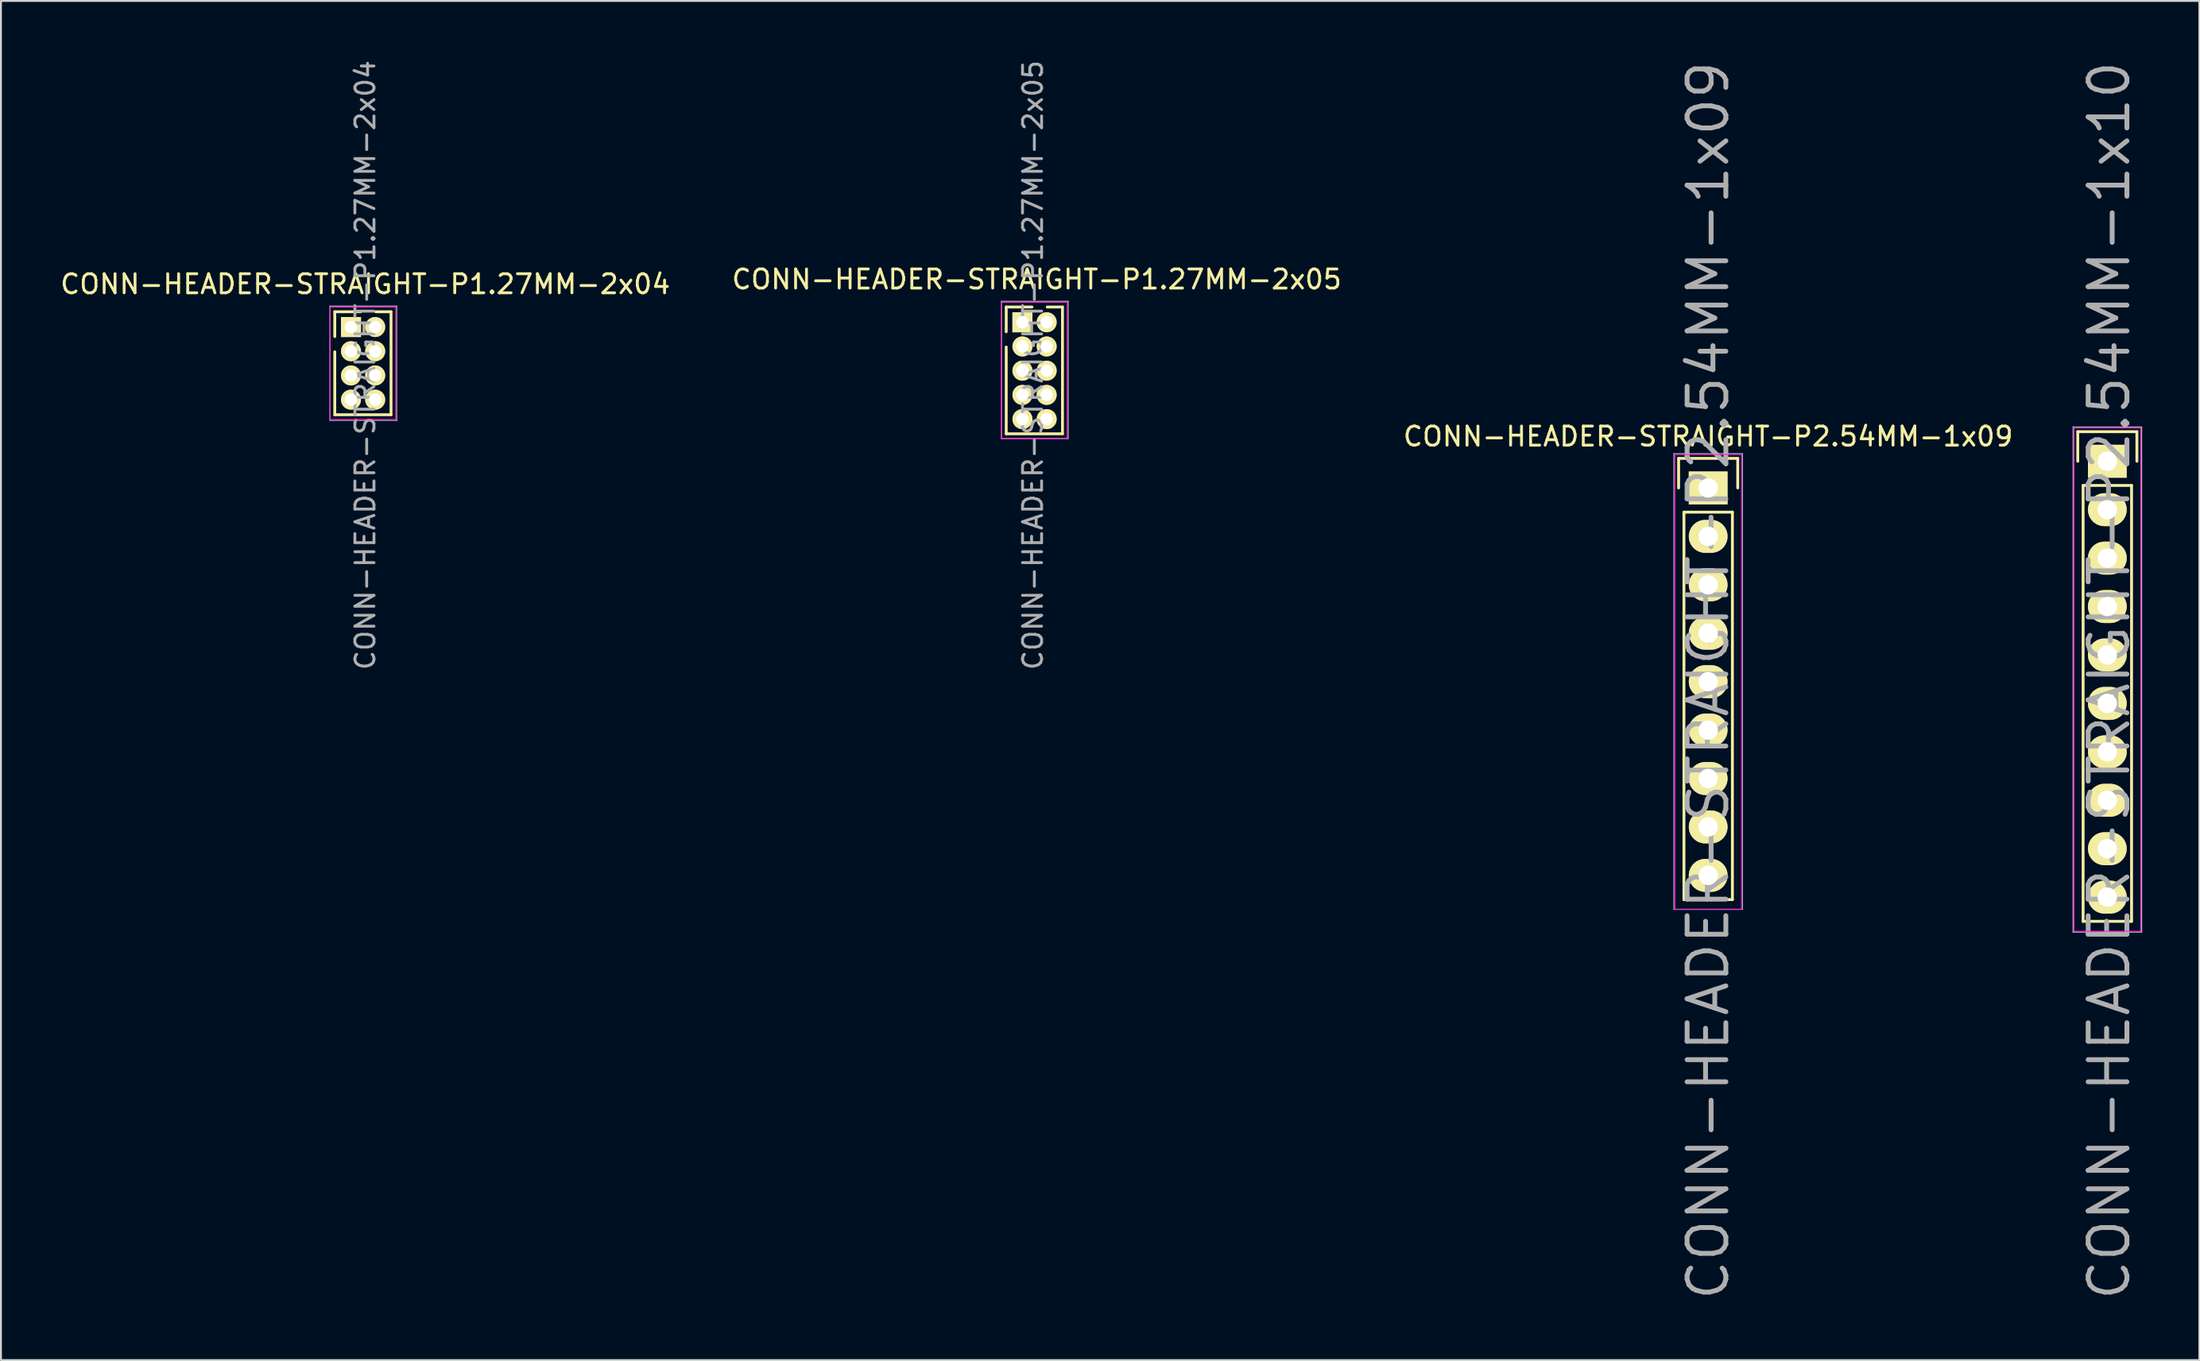
<source format=kicad_pcb>
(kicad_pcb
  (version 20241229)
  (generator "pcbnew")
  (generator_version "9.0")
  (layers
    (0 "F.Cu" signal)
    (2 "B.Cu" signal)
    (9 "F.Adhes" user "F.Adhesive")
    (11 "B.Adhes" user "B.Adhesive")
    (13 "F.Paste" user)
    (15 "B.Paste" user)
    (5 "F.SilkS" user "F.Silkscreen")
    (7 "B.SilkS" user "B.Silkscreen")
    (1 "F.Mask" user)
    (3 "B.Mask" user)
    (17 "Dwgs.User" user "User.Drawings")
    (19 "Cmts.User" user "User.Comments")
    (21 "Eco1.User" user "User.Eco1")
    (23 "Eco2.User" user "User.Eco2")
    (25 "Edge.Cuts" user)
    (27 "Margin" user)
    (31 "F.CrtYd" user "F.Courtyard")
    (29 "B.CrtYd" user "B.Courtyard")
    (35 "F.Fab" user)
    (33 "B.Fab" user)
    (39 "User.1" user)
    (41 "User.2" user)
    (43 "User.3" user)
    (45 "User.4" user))
  (footprint "CONN-HEADER-STRAIGHT-P1.27MM-2x04"
    (layer "F.Cu")
    (at 15.351 14.101)
    (property "Reference" "CONN-HEADER-STRAIGHT-P1.27MM-2x04" (at 0.75 2 90) (layer "F.Fab") (effects (font (size 1 1) (thickness 0.15))))
    (attr through_hole)
    (fp_line (start -0.85 -0.8) (end -0.85 0.5) (stroke (width 0.15) (type solid)) (layer "F.SilkS"))
    (fp_line (start -0.85 4.6) (end -0.85 1.3) (stroke (width 0.15) (type solid)) (layer "F.SilkS"))
    (fp_line (start 0.5 -0.8) (end -0.85 -0.8) (stroke (width 0.15) (type solid)) (layer "F.SilkS"))
    (fp_line (start 2.1 -0.8) (end 1.3 -0.8) (stroke (width 0.15) (type solid)) (layer "F.SilkS"))
    (fp_line (start 2.1 4.6) (end -0.85 4.6) (stroke (width 0.15) (type solid)) (layer "F.SilkS"))
    (fp_line (start 2.1 4.6) (end 2.1 -0.8) (stroke (width 0.15) (type solid)) (layer "F.SilkS"))
    (fp_line (start -1.1 -1.05) (end -1.1 4.85) (stroke (width 0.05) (type solid)) (layer "F.CrtYd"))
    (fp_line (start -1.1 -1.05) (end 2.35 -1.05) (stroke (width 0.05) (type solid)) (layer "F.CrtYd"))
    (fp_line (start -1.1 4.85) (end 2.35 4.85) (stroke (width 0.05) (type solid)) (layer "F.CrtYd"))
    (fp_line (start 2.35 -1.05) (end 2.35 4.85) (stroke (width 0.05) (type solid)) (layer "F.CrtYd"))
    (fp_line (start -1.1 -1.1) (end -1.1 4.9) (stroke (width 0.051) (type solid)) (layer "F.Fab"))
    (fp_line (start -1.1 4.9) (end 2.4 4.9) (stroke (width 0.051) (type solid)) (layer "F.Fab"))
    (fp_line (start 2.4 -1.1) (end -1.1 -1.1) (stroke (width 0.051) (type solid)) (layer "F.Fab"))
    (fp_line (start 2.4 4.9) (end 2.4 -1.1) (stroke (width 0.051) (type solid)) (layer "F.Fab"))
    (fp_text user "${REFERENCE}" (at 0.75 -2.25 0) (layer "F.SilkS") (effects (font (size 1 1) (thickness 0.15))))
    (pad "1" thru_hole rect (at 0 0) (size 1.05 1.05) (drill 0.65) (layers "*.Cu" "*.Mask" "F.SilkS"))
    (pad "2" thru_hole circle (at 1.27 0) (size 1.05 1.05) (drill 0.65) (layers "*.Cu" "*.Mask" "F.SilkS"))
    (pad "3" thru_hole circle (at 0 1.27) (size 1.05 1.05) (drill 0.65) (layers "*.Cu" "*.Mask" "F.SilkS"))
    (pad "4" thru_hole circle (at 1.27 1.27) (size 1.05 1.05) (drill 0.65) (layers "*.Cu" "*.Mask" "F.SilkS"))
    (pad "5" thru_hole circle (at 0 2.54) (size 1.05 1.05) (drill 0.65) (layers "*.Cu" "*.Mask" "F.SilkS"))
    (pad "6" thru_hole circle (at 1.27 2.54) (size 1.05 1.05) (drill 0.65) (layers "*.Cu" "*.Mask" "F.SilkS"))
    (pad "7" thru_hole circle (at 0 3.81) (size 1.05 1.05) (drill 0.65) (layers "*.Cu" "*.Mask" "F.SilkS"))
    (pad "8" thru_hole circle (at 1.27 3.81) (size 1.05 1.05) (drill 0.65) (layers "*.Cu" "*.Mask" "F.SilkS")))
  (footprint "CONN-HEADER-STRAIGHT-P2.54MM-1x09"
    (layer "F.Cu")
    (at 86.506 22.541)
    (property "Reference" "CONN-HEADER-STRAIGHT-P2.54MM-1x09" (at 0 10.1 90) (layer "F.Fab") (effects (font (size 2.032 2.032) (thickness 0.254))))
    (attr through_hole)
    (fp_line (start -1.55 -1.55) (end 1.55 -1.55) (stroke (width 0.15) (type solid)) (layer "F.SilkS"))
    (fp_line (start -1.55 0) (end -1.55 -1.55) (stroke (width 0.15) (type solid)) (layer "F.SilkS"))
    (fp_line (start -1.27 21.59) (end -1.27 1.27) (stroke (width 0.15) (type solid)) (layer "F.SilkS"))
    (fp_line (start 1.27 1.27) (end -1.27 1.27) (stroke (width 0.15) (type solid)) (layer "F.SilkS"))
    (fp_line (start 1.27 1.27) (end 1.27 21.59) (stroke (width 0.15) (type solid)) (layer "F.SilkS"))
    (fp_line (start 1.27 21.59) (end -1.27 21.59) (stroke (width 0.15) (type solid)) (layer "F.SilkS"))
    (fp_line (start 1.55 -1.55) (end 1.55 0) (stroke (width 0.15) (type solid)) (layer "F.SilkS"))
    (fp_line (start -1.75 -1.75) (end -1.75 22.1) (stroke (width 0.05) (type solid)) (layer "F.CrtYd"))
    (fp_line (start -1.75 -1.75) (end 1.75 -1.75) (stroke (width 0.05) (type solid)) (layer "F.CrtYd"))
    (fp_line (start -1.75 22.1) (end 1.75 22.1) (stroke (width 0.05) (type solid)) (layer "F.CrtYd"))
    (fp_line (start 1.75 -1.75) (end 1.75 22.1) (stroke (width 0.05) (type solid)) (layer "F.CrtYd"))
    (fp_line (start -1.8 -1.8) (end -1.8 22.1) (stroke (width 0.051) (type solid)) (layer "F.Fab"))
    (fp_line (start -1.8 22.1) (end 1.8 22.1) (stroke (width 0.051) (type solid)) (layer "F.Fab"))
    (fp_line (start 1.8 -1.8) (end -1.8 -1.8) (stroke (width 0.051) (type solid)) (layer "F.Fab"))
    (fp_line (start 1.8 22.1) (end 1.8 -1.8) (stroke (width 0.051) (type solid)) (layer "F.Fab"))
    (fp_text user "${REFERENCE}" (at 0 -2.7 0) (layer "F.SilkS") (effects (font (size 1 1) (thickness 0.15))))
    (pad "1" thru_hole rect (at 0 0) (size 2.032 1.727) (drill 1.016) (layers "*.Cu" "*.Mask" "F.SilkS"))
    (pad "2" thru_hole oval (at 0 2.54) (size 2.032 1.727) (drill 1.016) (layers "*.Cu" "*.Mask" "F.SilkS"))
    (pad "3" thru_hole oval (at 0 5.08) (size 2.032 1.727) (drill 1.016) (layers "*.Cu" "*.Mask" "F.SilkS"))
    (pad "4" thru_hole oval (at 0 7.62) (size 2.032 1.727) (drill 1.016) (layers "*.Cu" "*.Mask" "F.SilkS"))
    (pad "5" thru_hole oval (at 0 10.16) (size 2.032 1.727) (drill 1.016) (layers "*.Cu" "*.Mask" "F.SilkS"))
    (pad "6" thru_hole oval (at 0 12.7) (size 2.032 1.727) (drill 1.016) (layers "*.Cu" "*.Mask" "F.SilkS"))
    (pad "7" thru_hole oval (at 0 15.24) (size 2.032 1.727) (drill 1.016) (layers "*.Cu" "*.Mask" "F.SilkS"))
    (pad "8" thru_hole oval (at 0 17.78) (size 2.032 1.727) (drill 1.016) (layers "*.Cu" "*.Mask" "F.SilkS"))
    (pad "9" thru_hole oval (at 0 20.32) (size 2.032 1.727) (drill 1.016) (layers "*.Cu" "*.Mask" "F.SilkS")))
  (footprint "CONN-HEADER-STRAIGHT-P1.27MM-2x05"
    (layer "F.Cu")
    (at 50.554 13.851)
    (property "Reference" "CONN-HEADER-STRAIGHT-P1.27MM-2x05" (at 0.55 2.25 90) (layer "F.Fab") (effects (font (size 1 1) (thickness 0.15))))
    (attr through_hole)
    (fp_line (start -0.85 -0.8) (end -0.85 0.5) (stroke (width 0.15) (type solid)) (layer "F.SilkS"))
    (fp_line (start -0.85 5.85) (end -0.85 1.3) (stroke (width 0.15) (type solid)) (layer "F.SilkS"))
    (fp_line (start 0.5 -0.8) (end -0.85 -0.8) (stroke (width 0.15) (type solid)) (layer "F.SilkS"))
    (fp_line (start 2.1 -0.8) (end 1.3 -0.8) (stroke (width 0.15) (type solid)) (layer "F.SilkS"))
    (fp_line (start 2.1 5.85) (end -0.85 5.85) (stroke (width 0.15) (type solid)) (layer "F.SilkS"))
    (fp_line (start 2.1 5.85) (end 2.1 -0.8) (stroke (width 0.15) (type solid)) (layer "F.SilkS"))
    (fp_line (start -1.1 -1.05) (end -1.1 6.1) (stroke (width 0.05) (type solid)) (layer "F.CrtYd"))
    (fp_line (start -1.1 -1.05) (end 2.35 -1.05) (stroke (width 0.05) (type solid)) (layer "F.CrtYd"))
    (fp_line (start -1.1 6.1) (end 2.35 6.1) (stroke (width 0.05) (type solid)) (layer "F.CrtYd"))
    (fp_line (start 2.35 -1.05) (end 2.35 6.1) (stroke (width 0.05) (type solid)) (layer "F.CrtYd"))
    (fp_line (start -1.1 -1.1) (end -1.1 6.1) (stroke (width 0.051) (type solid)) (layer "F.Fab"))
    (fp_line (start -1.1 6.1) (end 2.4 6.1) (stroke (width 0.051) (type solid)) (layer "F.Fab"))
    (fp_line (start 2.4 -1.1) (end -1.1 -1.1) (stroke (width 0.051) (type solid)) (layer "F.Fab"))
    (fp_line (start 2.4 6.1) (end 2.4 -1.1) (stroke (width 0.051) (type solid)) (layer "F.Fab"))
    (fp_text user "${REFERENCE}" (at 0.75 -2.25 0) (layer "F.SilkS") (effects (font (size 1 1) (thickness 0.15))))
    (pad "1" thru_hole rect (at 0 0) (size 1.05 1.05) (drill 0.65) (layers "*.Cu" "*.Mask" "F.SilkS"))
    (pad "2" thru_hole circle (at 1.27 0) (size 1.05 1.05) (drill 0.65) (layers "*.Cu" "*.Mask" "F.SilkS"))
    (pad "3" thru_hole circle (at 0 1.27) (size 1.05 1.05) (drill 0.65) (layers "*.Cu" "*.Mask" "F.SilkS"))
    (pad "4" thru_hole circle (at 1.27 1.27) (size 1.05 1.05) (drill 0.65) (layers "*.Cu" "*.Mask" "F.SilkS"))
    (pad "5" thru_hole circle (at 0 2.54) (size 1.05 1.05) (drill 0.65) (layers "*.Cu" "*.Mask" "F.SilkS"))
    (pad "6" thru_hole circle (at 1.27 2.54) (size 1.05 1.05) (drill 0.65) (layers "*.Cu" "*.Mask" "F.SilkS"))
    (pad "7" thru_hole circle (at 0 3.81) (size 1.05 1.05) (drill 0.65) (layers "*.Cu" "*.Mask" "F.SilkS"))
    (pad "8" thru_hole circle (at 1.27 3.81) (size 1.05 1.05) (drill 0.65) (layers "*.Cu" "*.Mask" "F.SilkS"))
    (pad "9" thru_hole circle (at 0 5.08) (size 1.05 1.05) (drill 0.65) (layers "*.Cu" "*.Mask" "F.SilkS"))
    (pad "10" thru_hole circle (at 1.27 5.08) (size 1.05 1.05) (drill 0.65) (layers "*.Cu" "*.Mask" "F.SilkS")))
  (footprint "CONN-HEADER-STRAIGHT-P2.54MM-1x10"
    (layer "F.Cu")
    (at 107.433 21.141)
    (property "Reference" "CONN-HEADER-STRAIGHT-P2.54MM-1x10" (at 0.1 11.5 90) (layer "F.Fab") (effects (font (size 2.032 2.032) (thickness 0.254))))
    (attr through_hole)
    (fp_line (start -1.55 -1.55) (end 1.55 -1.55) (stroke (width 0.15) (type solid)) (layer "F.SilkS"))
    (fp_line (start -1.55 0) (end -1.55 -1.55) (stroke (width 0.15) (type solid)) (layer "F.SilkS"))
    (fp_line (start -1.27 24.13) (end -1.27 1.27) (stroke (width 0.15) (type solid)) (layer "F.SilkS"))
    (fp_line (start 1.27 1.27) (end -1.27 1.27) (stroke (width 0.15) (type solid)) (layer "F.SilkS"))
    (fp_line (start 1.27 1.27) (end 1.27 24.13) (stroke (width 0.15) (type solid)) (layer "F.SilkS"))
    (fp_line (start 1.27 24.13) (end -1.27 24.13) (stroke (width 0.15) (type solid)) (layer "F.SilkS"))
    (fp_line (start 1.55 -1.55) (end 1.55 0) (stroke (width 0.15) (type solid)) (layer "F.SilkS"))
    (fp_line (start -1.75 -1.75) (end -1.75 24.65) (stroke (width 0.05) (type solid)) (layer "F.CrtYd"))
    (fp_line (start -1.75 -1.75) (end 1.75 -1.75) (stroke (width 0.05) (type solid)) (layer "F.CrtYd"))
    (fp_line (start -1.75 24.65) (end 1.75 24.65) (stroke (width 0.05) (type solid)) (layer "F.CrtYd"))
    (fp_line (start 1.75 -1.75) (end 1.75 24.65) (stroke (width 0.05) (type solid)) (layer "F.CrtYd"))
    (fp_line (start -1.8 -1.8) (end 1.8 -1.8) (stroke (width 0.051) (type solid)) (layer "F.Fab"))
    (fp_line (start -1.8 24.7) (end -1.8 -1.8) (stroke (width 0.051) (type solid)) (layer "F.Fab"))
    (fp_line (start 1.8 -1.8) (end 1.8 24.7) (stroke (width 0.051) (type solid)) (layer "F.Fab"))
    (fp_line (start 1.8 24.7) (end -1.8 24.7) (stroke (width 0.051) (type solid)) (layer "F.Fab"))
    (pad "1" thru_hole rect (at 0 0) (size 2.032 1.727) (drill 1.016) (layers "*.Cu" "*.Mask" "F.SilkS"))
    (pad "2" thru_hole oval (at 0 2.54) (size 2.032 1.727) (drill 1.016) (layers "*.Cu" "*.Mask" "F.SilkS"))
    (pad "3" thru_hole oval (at 0 5.08) (size 2.032 1.727) (drill 1.016) (layers "*.Cu" "*.Mask" "F.SilkS"))
    (pad "4" thru_hole oval (at 0 7.62) (size 2.032 1.727) (drill 1.016) (layers "*.Cu" "*.Mask" "F.SilkS"))
    (pad "5" thru_hole oval (at 0 10.16) (size 2.032 1.727) (drill 1.016) (layers "*.Cu" "*.Mask" "F.SilkS"))
    (pad "6" thru_hole oval (at 0 12.7) (size 2.032 1.727) (drill 1.016) (layers "*.Cu" "*.Mask" "F.SilkS"))
    (pad "7" thru_hole oval (at 0 15.24) (size 2.032 1.727) (drill 1.016) (layers "*.Cu" "*.Mask" "F.SilkS"))
    (pad "8" thru_hole oval (at 0 17.78) (size 2.032 1.727) (drill 1.016) (layers "*.Cu" "*.Mask" "F.SilkS"))
    (pad "9" thru_hole oval (at 0 20.32) (size 2.032 1.727) (drill 1.016) (layers "*.Cu" "*.Mask" "F.SilkS"))
    (pad "10" thru_hole oval (at 0 22.86) (size 2.032 1.727) (drill 1.016) (layers "*.Cu" "*.Mask" "F.SilkS")))
  (gr_rect
    (start -3 -3)
    (end 112.258 68.283)
    (stroke (width 0.1) (type default))
    (fill no)
    (layer "Edge.Cuts")))
</source>
